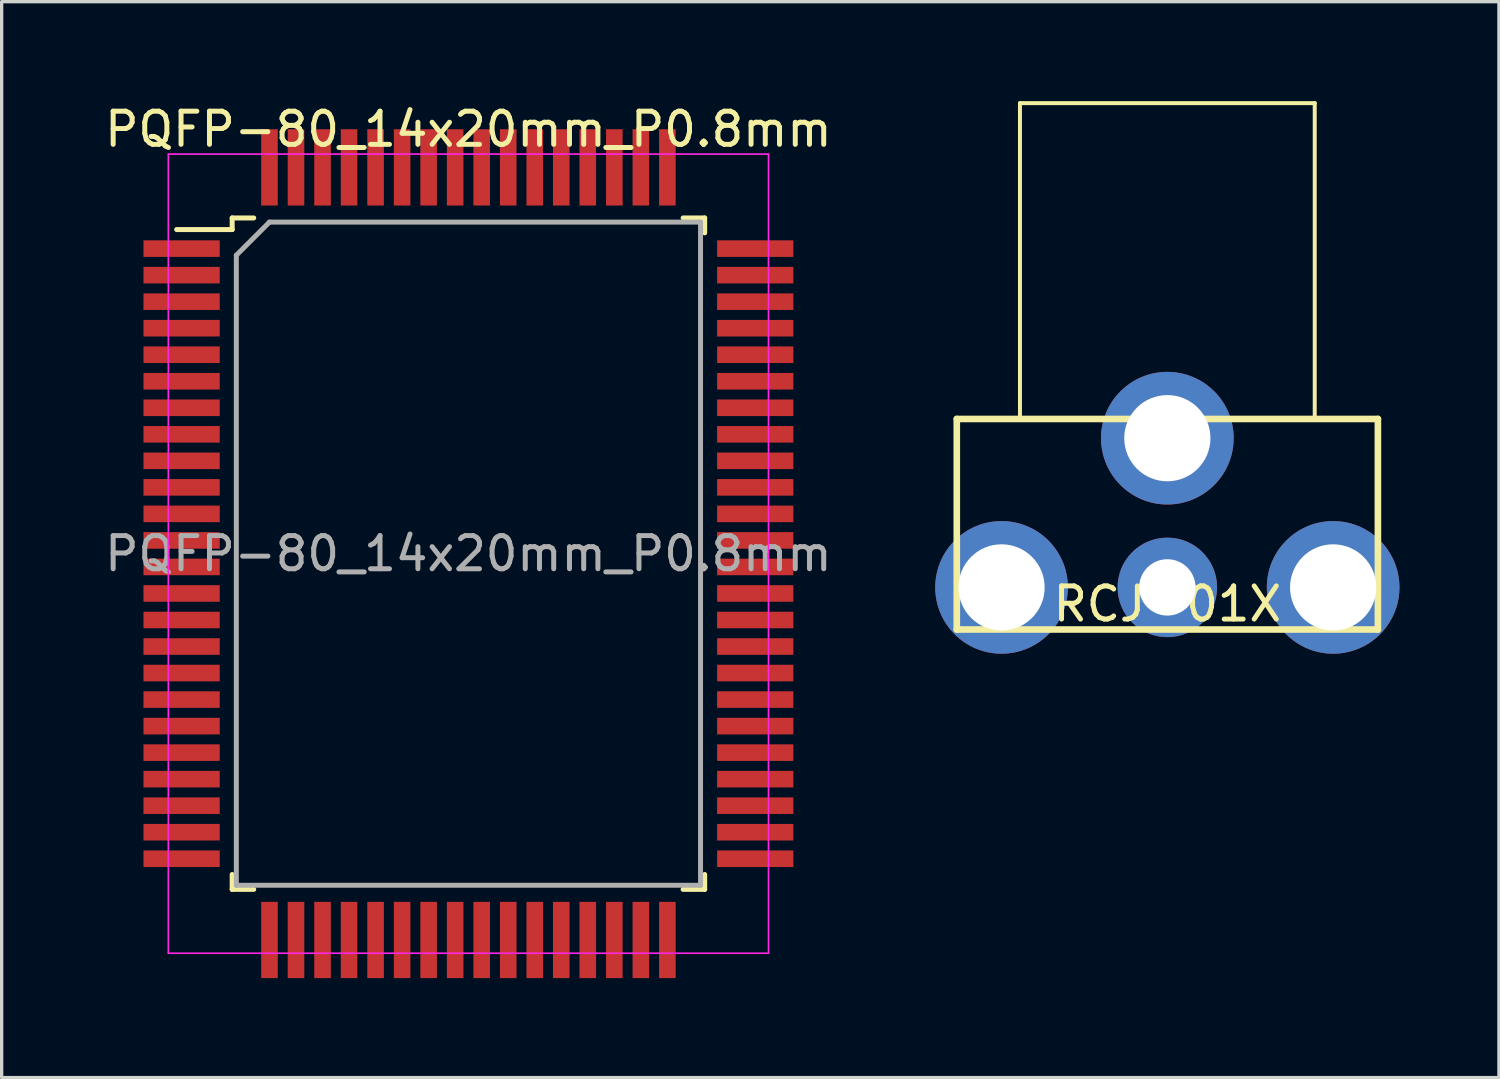
<source format=kicad_pcb>
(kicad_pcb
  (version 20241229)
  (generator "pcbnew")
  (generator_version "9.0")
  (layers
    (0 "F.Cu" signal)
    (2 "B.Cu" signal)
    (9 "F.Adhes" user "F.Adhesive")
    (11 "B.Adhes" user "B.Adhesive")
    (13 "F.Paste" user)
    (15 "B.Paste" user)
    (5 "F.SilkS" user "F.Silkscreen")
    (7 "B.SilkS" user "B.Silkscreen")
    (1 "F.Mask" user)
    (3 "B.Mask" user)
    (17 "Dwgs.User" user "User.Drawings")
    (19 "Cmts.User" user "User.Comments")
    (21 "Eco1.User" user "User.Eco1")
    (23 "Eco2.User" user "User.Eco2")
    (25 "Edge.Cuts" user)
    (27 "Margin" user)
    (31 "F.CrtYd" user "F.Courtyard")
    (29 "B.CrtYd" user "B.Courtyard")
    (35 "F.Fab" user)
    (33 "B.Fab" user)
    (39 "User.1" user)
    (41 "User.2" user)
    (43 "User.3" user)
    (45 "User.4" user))
  (footprint "RCJ-01X"
    (layer "F.Cu")
    (at 32.155 14.665)
    (property "Reference" "RCJ-01X" (at 0 0.5 0) (layer "F.SilkS") (effects (font (size 1 1) (thickness 0.15))))
    (attr through_hole)
    (fp_line (start -6.35 -5.08) (end 6.35 -5.08) (stroke (width 0.2) (type solid)) (layer "F.SilkS"))
    (fp_line (start -6.35 1.27) (end -6.35 -5.08) (stroke (width 0.2) (type solid)) (layer "F.SilkS"))
    (fp_line (start -4.445 -14.605) (end 4.445 -14.605) (stroke (width 0.12) (type solid)) (layer "F.SilkS"))
    (fp_line (start -4.445 -5.08) (end -4.445 -14.605) (stroke (width 0.12) (type solid)) (layer "F.SilkS"))
    (fp_line (start 4.445 -14.605) (end 4.445 -5.08) (stroke (width 0.12) (type solid)) (layer "F.SilkS"))
    (fp_line (start 6.35 -5.08) (end 6.35 1.27) (stroke (width 0.2) (type solid)) (layer "F.SilkS"))
    (fp_line (start 6.35 1.27) (end -6.35 1.27) (stroke (width 0.2) (type solid)) (layer "F.SilkS"))
    (pad "1" thru_hole circle (at 0 0) (size 3 3) (drill 1.7) (layers "*.Cu" "*.Mask"))
    (pad "2" thru_hole circle (at -5 0) (size 4 4) (drill 2.6) (layers "*.Cu" "*.Mask"))
    (pad "2" thru_hole circle (at 0 -4.5) (size 4 4) (drill 2.6) (layers "*.Cu" "*.Mask"))
    (pad "2" thru_hole circle (at 5 0) (size 4 4) (drill 2.6) (layers "*.Cu" "*.Mask")))
  (footprint "PQFP-80_14x20mm_P0.8mm"
    (layer "F.Cu")
    (at 11.077 13.648)
    (property "Reference" "PQFP-80_14x20mm_P0.8mm" (at 0 -12.8 0) (layer "F.SilkS") (effects (font (size 1 1) (thickness 0.15))))
    (attr smd)
    (fp_line (start -7.125 -10.125) (end -7.125 -9.775) (stroke (width 0.15) (type solid)) (layer "F.SilkS"))
    (fp_line (start -7.125 -10.125) (end -6.475 -10.125) (stroke (width 0.15) (type solid)) (layer "F.SilkS"))
    (fp_line (start -7.125 -9.775) (end -8.8 -9.775) (stroke (width 0.15) (type solid)) (layer "F.SilkS"))
    (fp_line (start -7.125 10.125) (end -7.125 9.675) (stroke (width 0.15) (type solid)) (layer "F.SilkS"))
    (fp_line (start -7.125 10.125) (end -6.475 10.125) (stroke (width 0.15) (type solid)) (layer "F.SilkS"))
    (fp_line (start 7.125 -10.125) (end 6.475 -10.125) (stroke (width 0.15) (type solid)) (layer "F.SilkS"))
    (fp_line (start 7.125 -10.125) (end 7.125 -9.675) (stroke (width 0.15) (type solid)) (layer "F.SilkS"))
    (fp_line (start 7.125 10.125) (end 6.475 10.125) (stroke (width 0.15) (type solid)) (layer "F.SilkS"))
    (fp_line (start 7.125 10.125) (end 7.125 9.675) (stroke (width 0.15) (type solid)) (layer "F.SilkS"))
    (fp_line (start -9.05 -12.05) (end -9.05 12.05) (stroke (width 0.05) (type solid)) (layer "F.CrtYd"))
    (fp_line (start -9.05 -12.05) (end 9.05 -12.05) (stroke (width 0.05) (type solid)) (layer "F.CrtYd"))
    (fp_line (start -9.05 12.05) (end 9.05 12.05) (stroke (width 0.05) (type solid)) (layer "F.CrtYd"))
    (fp_line (start 9.05 -12.05) (end 9.05 12.05) (stroke (width 0.05) (type solid)) (layer "F.CrtYd"))
    (fp_line (start -7 -9) (end -6 -10) (stroke (width 0.15) (type solid)) (layer "F.Fab"))
    (fp_line (start -7 10) (end -7 -9) (stroke (width 0.15) (type solid)) (layer "F.Fab"))
    (fp_line (start -6 -10) (end 7 -10) (stroke (width 0.15) (type solid)) (layer "F.Fab"))
    (fp_line (start 7 -10) (end 7 10) (stroke (width 0.15) (type solid)) (layer "F.Fab"))
    (fp_line (start 7 10) (end -7 10) (stroke (width 0.15) (type solid)) (layer "F.Fab"))
    (fp_text user "${REFERENCE}" (at 0 0 0) (layer "F.Fab") (effects (font (size 1 1) (thickness 0.15))))
    (pad "1" smd rect (at -8.65 -9.2) (size 2.3 0.5) (layers "F.Cu" "F.Mask" "F.Paste"))
    (pad "2" smd rect (at -8.65 -8.4) (size 2.3 0.5) (layers "F.Cu" "F.Mask" "F.Paste"))
    (pad "3" smd rect (at -8.65 -7.6) (size 2.3 0.5) (layers "F.Cu" "F.Mask" "F.Paste"))
    (pad "4" smd rect (at -8.65 -6.8) (size 2.3 0.5) (layers "F.Cu" "F.Mask" "F.Paste"))
    (pad "5" smd rect (at -8.65 -6) (size 2.3 0.5) (layers "F.Cu" "F.Mask" "F.Paste"))
    (pad "6" smd rect (at -8.65 -5.2) (size 2.3 0.5) (layers "F.Cu" "F.Mask" "F.Paste"))
    (pad "7" smd rect (at -8.65 -4.4) (size 2.3 0.5) (layers "F.Cu" "F.Mask" "F.Paste"))
    (pad "8" smd rect (at -8.65 -3.6) (size 2.3 0.5) (layers "F.Cu" "F.Mask" "F.Paste"))
    (pad "9" smd rect (at -8.65 -2.8) (size 2.3 0.5) (layers "F.Cu" "F.Mask" "F.Paste"))
    (pad "10" smd rect (at -8.65 -2) (size 2.3 0.5) (layers "F.Cu" "F.Mask" "F.Paste"))
    (pad "11" smd rect (at -8.65 -1.2) (size 2.3 0.5) (layers "F.Cu" "F.Mask" "F.Paste"))
    (pad "12" smd rect (at -8.65 -0.4) (size 2.3 0.5) (layers "F.Cu" "F.Mask" "F.Paste"))
    (pad "13" smd rect (at -8.65 0.4) (size 2.3 0.5) (layers "F.Cu" "F.Mask" "F.Paste"))
    (pad "14" smd rect (at -8.65 1.2) (size 2.3 0.5) (layers "F.Cu" "F.Mask" "F.Paste"))
    (pad "15" smd rect (at -8.65 2) (size 2.3 0.5) (layers "F.Cu" "F.Mask" "F.Paste"))
    (pad "16" smd rect (at -8.65 2.8) (size 2.3 0.5) (layers "F.Cu" "F.Mask" "F.Paste"))
    (pad "17" smd rect (at -8.65 3.6) (size 2.3 0.5) (layers "F.Cu" "F.Mask" "F.Paste"))
    (pad "18" smd rect (at -8.65 4.4) (size 2.3 0.5) (layers "F.Cu" "F.Mask" "F.Paste"))
    (pad "19" smd rect (at -8.65 5.2) (size 2.3 0.5) (layers "F.Cu" "F.Mask" "F.Paste"))
    (pad "20" smd rect (at -8.65 6) (size 2.3 0.5) (layers "F.Cu" "F.Mask" "F.Paste"))
    (pad "21" smd rect (at -8.65 6.8) (size 2.3 0.5) (layers "F.Cu" "F.Mask" "F.Paste"))
    (pad "22" smd rect (at -8.65 7.6) (size 2.3 0.5) (layers "F.Cu" "F.Mask" "F.Paste"))
    (pad "23" smd rect (at -8.65 8.4) (size 2.3 0.5) (layers "F.Cu" "F.Mask" "F.Paste"))
    (pad "24" smd rect (at -8.65 9.2) (size 2.3 0.5) (layers "F.Cu" "F.Mask" "F.Paste"))
    (pad "25" smd rect (at -6 11.65 90) (size 2.3 0.5) (layers "F.Cu" "F.Mask" "F.Paste"))
    (pad "26" smd rect (at -5.2 11.65 90) (size 2.3 0.5) (layers "F.Cu" "F.Mask" "F.Paste"))
    (pad "27" smd rect (at -4.4 11.65 90) (size 2.3 0.5) (layers "F.Cu" "F.Mask" "F.Paste"))
    (pad "28" smd rect (at -3.6 11.65 90) (size 2.3 0.5) (layers "F.Cu" "F.Mask" "F.Paste"))
    (pad "29" smd rect (at -2.8 11.65 90) (size 2.3 0.5) (layers "F.Cu" "F.Mask" "F.Paste"))
    (pad "30" smd rect (at -2 11.65 90) (size 2.3 0.5) (layers "F.Cu" "F.Mask" "F.Paste"))
    (pad "31" smd rect (at -1.2 11.65 90) (size 2.3 0.5) (layers "F.Cu" "F.Mask" "F.Paste"))
    (pad "32" smd rect (at -0.4 11.65 90) (size 2.3 0.5) (layers "F.Cu" "F.Mask" "F.Paste"))
    (pad "33" smd rect (at 0.4 11.65 90) (size 2.3 0.5) (layers "F.Cu" "F.Mask" "F.Paste"))
    (pad "34" smd rect (at 1.2 11.65 90) (size 2.3 0.5) (layers "F.Cu" "F.Mask" "F.Paste"))
    (pad "35" smd rect (at 2 11.65 90) (size 2.3 0.5) (layers "F.Cu" "F.Mask" "F.Paste"))
    (pad "36" smd rect (at 2.8 11.65 90) (size 2.3 0.5) (layers "F.Cu" "F.Mask" "F.Paste"))
    (pad "37" smd rect (at 3.6 11.65 90) (size 2.3 0.5) (layers "F.Cu" "F.Mask" "F.Paste"))
    (pad "38" smd rect (at 4.4 11.65 90) (size 2.3 0.5) (layers "F.Cu" "F.Mask" "F.Paste"))
    (pad "39" smd rect (at 5.2 11.65 90) (size 2.3 0.5) (layers "F.Cu" "F.Mask" "F.Paste"))
    (pad "40" smd rect (at 6 11.65 90) (size 2.3 0.5) (layers "F.Cu" "F.Mask" "F.Paste"))
    (pad "41" smd rect (at 8.65 9.2) (size 2.3 0.5) (layers "F.Cu" "F.Mask" "F.Paste"))
    (pad "42" smd rect (at 8.65 8.4) (size 2.3 0.5) (layers "F.Cu" "F.Mask" "F.Paste"))
    (pad "43" smd rect (at 8.65 7.6) (size 2.3 0.5) (layers "F.Cu" "F.Mask" "F.Paste"))
    (pad "44" smd rect (at 8.65 6.8) (size 2.3 0.5) (layers "F.Cu" "F.Mask" "F.Paste"))
    (pad "45" smd rect (at 8.65 6) (size 2.3 0.5) (layers "F.Cu" "F.Mask" "F.Paste"))
    (pad "46" smd rect (at 8.65 5.2) (size 2.3 0.5) (layers "F.Cu" "F.Mask" "F.Paste"))
    (pad "47" smd rect (at 8.65 4.4) (size 2.3 0.5) (layers "F.Cu" "F.Mask" "F.Paste"))
    (pad "48" smd rect (at 8.65 3.6) (size 2.3 0.5) (layers "F.Cu" "F.Mask" "F.Paste"))
    (pad "49" smd rect (at 8.65 2.8) (size 2.3 0.5) (layers "F.Cu" "F.Mask" "F.Paste"))
    (pad "50" smd rect (at 8.65 2) (size 2.3 0.5) (layers "F.Cu" "F.Mask" "F.Paste"))
    (pad "51" smd rect (at 8.65 1.2) (size 2.3 0.5) (layers "F.Cu" "F.Mask" "F.Paste"))
    (pad "52" smd rect (at 8.65 0.4) (size 2.3 0.5) (layers "F.Cu" "F.Mask" "F.Paste"))
    (pad "53" smd rect (at 8.65 -0.4) (size 2.3 0.5) (layers "F.Cu" "F.Mask" "F.Paste"))
    (pad "54" smd rect (at 8.65 -1.2) (size 2.3 0.5) (layers "F.Cu" "F.Mask" "F.Paste"))
    (pad "55" smd rect (at 8.65 -2) (size 2.3 0.5) (layers "F.Cu" "F.Mask" "F.Paste"))
    (pad "56" smd rect (at 8.65 -2.8) (size 2.3 0.5) (layers "F.Cu" "F.Mask" "F.Paste"))
    (pad "57" smd rect (at 8.65 -3.6) (size 2.3 0.5) (layers "F.Cu" "F.Mask" "F.Paste"))
    (pad "58" smd rect (at 8.65 -4.4) (size 2.3 0.5) (layers "F.Cu" "F.Mask" "F.Paste"))
    (pad "59" smd rect (at 8.65 -5.2) (size 2.3 0.5) (layers "F.Cu" "F.Mask" "F.Paste"))
    (pad "60" smd rect (at 8.65 -6) (size 2.3 0.5) (layers "F.Cu" "F.Mask" "F.Paste"))
    (pad "61" smd rect (at 8.65 -6.8) (size 2.3 0.5) (layers "F.Cu" "F.Mask" "F.Paste"))
    (pad "62" smd rect (at 8.65 -7.6) (size 2.3 0.5) (layers "F.Cu" "F.Mask" "F.Paste"))
    (pad "63" smd rect (at 8.65 -8.4) (size 2.3 0.5) (layers "F.Cu" "F.Mask" "F.Paste"))
    (pad "64" smd rect (at 8.65 -9.2) (size 2.3 0.5) (layers "F.Cu" "F.Mask" "F.Paste"))
    (pad "65" smd rect (at 6 -11.65 90) (size 2.3 0.5) (layers "F.Cu" "F.Mask" "F.Paste"))
    (pad "66" smd rect (at 5.2 -11.65 90) (size 2.3 0.5) (layers "F.Cu" "F.Mask" "F.Paste"))
    (pad "67" smd rect (at 4.4 -11.65 90) (size 2.3 0.5) (layers "F.Cu" "F.Mask" "F.Paste"))
    (pad "68" smd rect (at 3.6 -11.65 90) (size 2.3 0.5) (layers "F.Cu" "F.Mask" "F.Paste"))
    (pad "69" smd rect (at 2.8 -11.65 90) (size 2.3 0.5) (layers "F.Cu" "F.Mask" "F.Paste"))
    (pad "70" smd rect (at 2 -11.65 90) (size 2.3 0.5) (layers "F.Cu" "F.Mask" "F.Paste"))
    (pad "71" smd rect (at 1.2 -11.65 90) (size 2.3 0.5) (layers "F.Cu" "F.Mask" "F.Paste"))
    (pad "72" smd rect (at 0.4 -11.65 90) (size 2.3 0.5) (layers "F.Cu" "F.Mask" "F.Paste"))
    (pad "73" smd rect (at -0.4 -11.65 90) (size 2.3 0.5) (layers "F.Cu" "F.Mask" "F.Paste"))
    (pad "74" smd rect (at -1.2 -11.65 90) (size 2.3 0.5) (layers "F.Cu" "F.Mask" "F.Paste"))
    (pad "75" smd rect (at -2 -11.65 90) (size 2.3 0.5) (layers "F.Cu" "F.Mask" "F.Paste"))
    (pad "76" smd rect (at -2.8 -11.65 90) (size 2.3 0.5) (layers "F.Cu" "F.Mask" "F.Paste"))
    (pad "77" smd rect (at -3.6 -11.65 90) (size 2.3 0.5) (layers "F.Cu" "F.Mask" "F.Paste"))
    (pad "78" smd rect (at -4.4 -11.65 90) (size 2.3 0.5) (layers "F.Cu" "F.Mask" "F.Paste"))
    (pad "79" smd rect (at -5.2 -11.65 90) (size 2.3 0.5) (layers "F.Cu" "F.Mask" "F.Paste"))
    (pad "80" smd rect (at -6 -11.65 90) (size 2.3 0.5) (layers "F.Cu" "F.Mask" "F.Paste")))
  (gr_rect
    (start -3 -3)
    (end 42.155 29.448)
    (stroke (width 0.1) (type default))
    (fill no)
    (layer "Edge.Cuts")))
</source>
